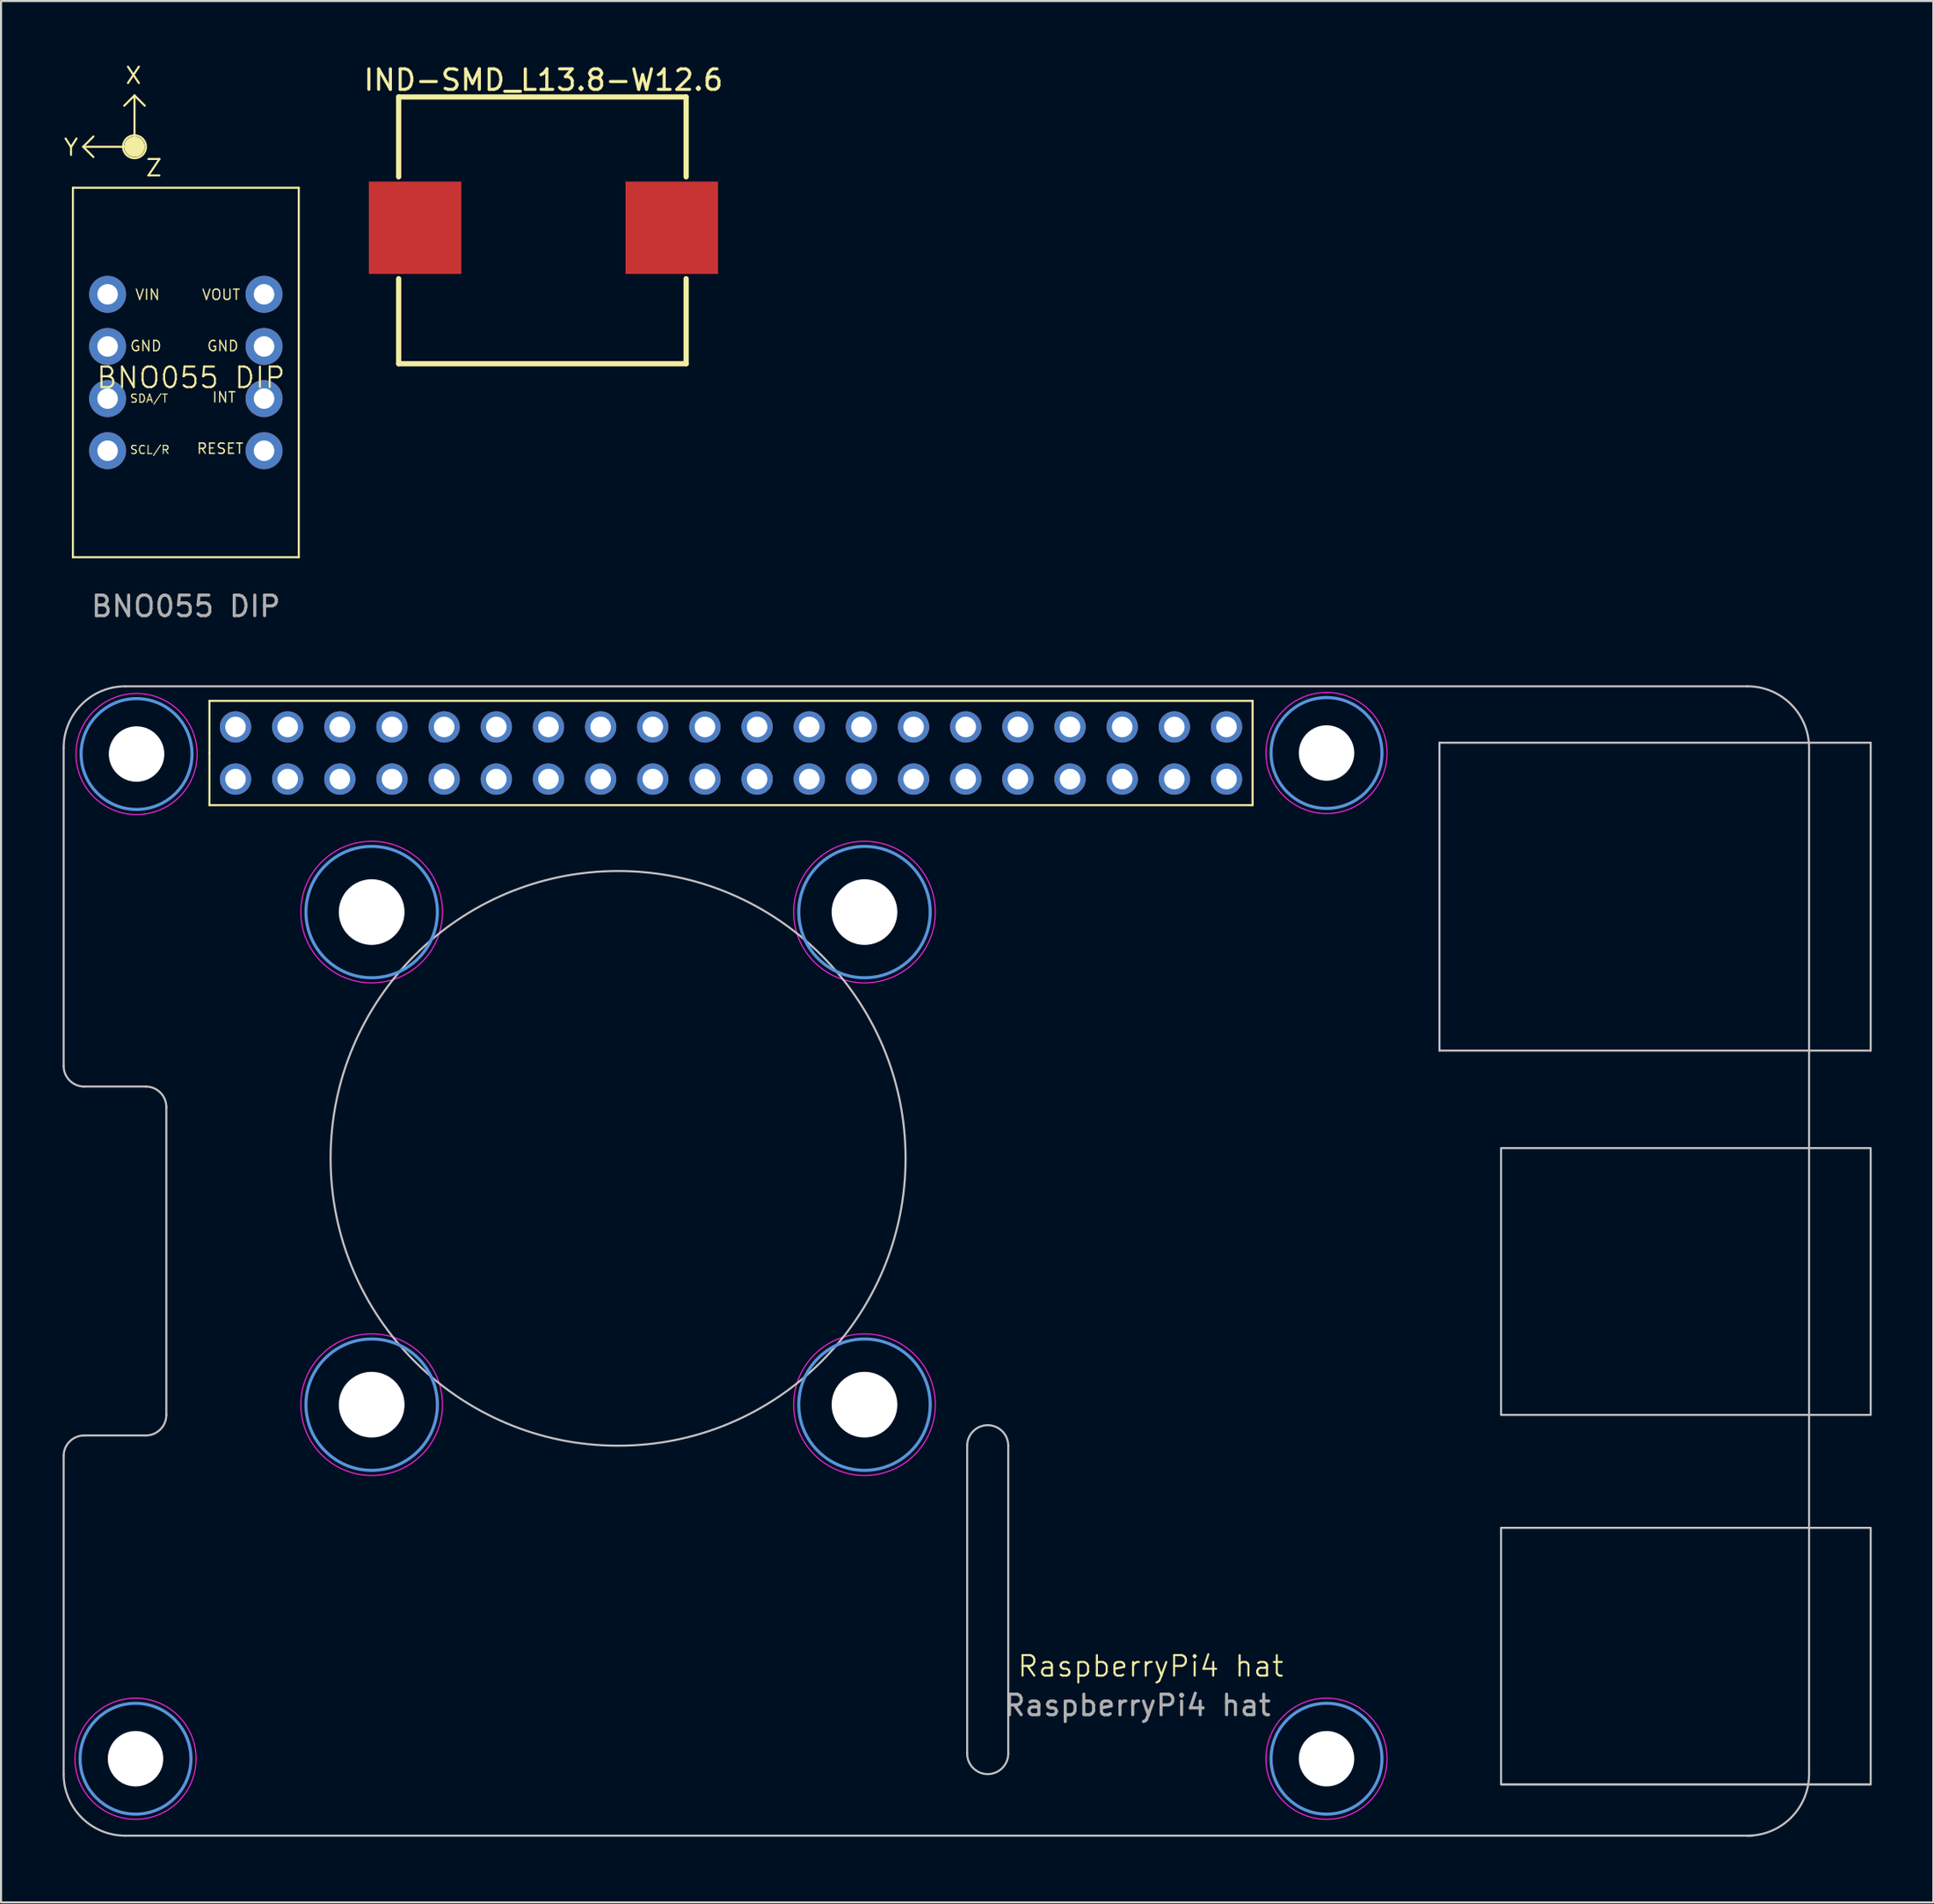
<source format=kicad_pcb>
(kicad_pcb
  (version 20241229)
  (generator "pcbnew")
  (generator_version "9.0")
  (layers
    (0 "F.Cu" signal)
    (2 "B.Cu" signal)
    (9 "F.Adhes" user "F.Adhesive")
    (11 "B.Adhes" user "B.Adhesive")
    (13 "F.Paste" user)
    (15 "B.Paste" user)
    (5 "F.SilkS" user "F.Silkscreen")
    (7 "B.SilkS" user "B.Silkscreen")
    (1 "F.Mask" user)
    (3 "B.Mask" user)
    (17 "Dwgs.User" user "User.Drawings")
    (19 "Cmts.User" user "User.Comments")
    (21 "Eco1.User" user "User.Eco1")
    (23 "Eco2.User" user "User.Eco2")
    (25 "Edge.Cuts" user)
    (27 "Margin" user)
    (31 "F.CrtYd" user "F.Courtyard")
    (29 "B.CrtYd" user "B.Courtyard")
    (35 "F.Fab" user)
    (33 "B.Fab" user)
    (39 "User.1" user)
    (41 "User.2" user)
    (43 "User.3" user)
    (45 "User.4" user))
  (footprint "RaspberryPi4 hat"
    (layer "F.Cu")
    (at 65.05 86.388)
    (property "Reference" "RaspberryPi4 hat" (at -12.065 -8.255 0) (unlocked yes) (layer "F.SilkS") (effects (font (size 1 1) (thickness 0.1))))
    (attr through_hole)
    (fp_line (start -57.9 -55.29) (end -7.1 -55.29) (stroke (width 0.1) (type default)) (layer "F.SilkS"))
    (fp_line (start -57.9 -52.75) (end -57.9 -55.29) (stroke (width 0.1) (type default)) (layer "F.SilkS"))
    (fp_line (start -57.9 -50.21) (end -57.9 -52.75) (stroke (width 0.1) (type default)) (layer "F.SilkS"))
    (fp_line (start -7.1 -55.29) (end -7.1 -50.21) (stroke (width 0.1) (type default)) (layer "F.SilkS"))
    (fp_line (start -7.1 -50.21) (end -57.9 -50.21) (stroke (width 0.1) (type default)) (layer "F.SilkS"))
    (fp_line (start -65 -37.5) (end -65 -53) (stroke (width 0.1) (type default)) (layer "Dwgs.User"))
    (fp_line (start -65 -3) (end -65 -18.5) (stroke (width 0.1) (type default)) (layer "Dwgs.User"))
    (fp_line (start -64 -36.5) (end -61 -36.5) (stroke (width 0.1) (type default)) (layer "Dwgs.User"))
    (fp_line (start -64 -19.5) (end -61 -19.5) (stroke (width 0.1) (type default)) (layer "Dwgs.User"))
    (fp_line (start -62 -56) (end 17 -56) (stroke (width 0.1) (type default)) (layer "Dwgs.User"))
    (fp_line (start -62 0) (end 17.25 0) (stroke (width 0.1) (type default)) (layer "Dwgs.User"))
    (fp_line (start -60 -20.5) (end -60 -35.5) (stroke (width 0.1) (type default)) (layer "Dwgs.User"))
    (fp_line (start -21 -19) (end -21 -4) (stroke (width 0.1) (type default)) (layer "Dwgs.User"))
    (fp_line (start -19 -4) (end -19 -19) (stroke (width 0.1) (type default)) (layer "Dwgs.User"))
    (fp_line (start 2 -53.25) (end 23 -53.25) (stroke (width 0.1) (type default)) (layer "Dwgs.User"))
    (fp_line (start 2 -38.25) (end 2 -53.25) (stroke (width 0.1) (type default)) (layer "Dwgs.User"))
    (fp_line (start 5 -2.5) (end 23 -2.5) (stroke (width 0.1) (type default)) (layer "Dwgs.User"))
    (fp_line (start 20 -53) (end 20 -3) (stroke (width 0.1) (type default)) (layer "Dwgs.User"))
    (fp_line (start 23 -53.25) (end 23 -38.25) (stroke (width 0.1) (type default)) (layer "Dwgs.User"))
    (fp_line (start 23 -38.25) (end 2 -38.25) (stroke (width 0.1) (type default)) (layer "Dwgs.User"))
    (fp_rect (start 5 -33.5) (end 23 -20.5) (stroke (width 0.1) (type default)) (fill no) (layer "Dwgs.User"))
    (fp_rect (start 5 -15) (end 23 -2.5) (stroke (width 0.1) (type default)) (fill no) (layer "Dwgs.User"))
    (fp_arc (start -65 -53) (mid -64.12132 -55.12132) (end -62 -56) (stroke (width 0.1) (type default)) (layer "Dwgs.User"))
    (fp_arc (start -65 -18.5) (mid -64.707107 -19.207107) (end -64 -19.5) (stroke (width 0.1) (type default)) (layer "Dwgs.User"))
    (fp_arc (start -64 -36.5) (mid -64.707107 -36.792893) (end -65 -37.5) (stroke (width 0.1) (type default)) (layer "Dwgs.User"))
    (fp_arc (start -62 0) (mid -64.12132 -0.87868) (end -65 -3) (stroke (width 0.1) (type default)) (layer "Dwgs.User"))
    (fp_arc (start -61 -36.5) (mid -60.292893 -36.207107) (end -60 -35.5) (stroke (width 0.1) (type default)) (layer "Dwgs.User"))
    (fp_arc (start -60 -20.5) (mid -60.292893 -19.792893) (end -61 -19.5) (stroke (width 0.1) (type default)) (layer "Dwgs.User"))
    (fp_arc (start -21 -19) (mid -20 -20) (end -19 -19) (stroke (width 0.1) (type default)) (layer "Dwgs.User"))
    (fp_arc (start -19 -4) (mid -20 -3) (end -21 -4) (stroke (width 0.1) (type default)) (layer "Dwgs.User"))
    (fp_arc (start 17 -56) (mid 19.12132 -55.12132) (end 20 -53) (stroke (width 0.1) (type default)) (layer "Dwgs.User"))
    (fp_arc (start 20 -3) (mid 19.12132 -0.87868) (end 17 0) (stroke (width 0.1) (type default)) (layer "Dwgs.User"))
    (fp_circle (center -38 -33) (end -38 -19) (stroke (width 0.1) (type default)) (fill no) (layer "Dwgs.User"))
    (fp_circle (center -61.5 -3.75) (end -58.8 -3.75) (stroke (width 0.15) (type solid)) (fill no) (layer "Cmts.User"))
    (fp_circle (center -61.45 -52.7) (end -58.75 -52.7) (stroke (width 0.15) (type solid)) (fill no) (layer "Cmts.User"))
    (fp_circle (center -50 -45) (end -46.8 -45) (stroke (width 0.15) (type solid)) (fill no) (layer "Cmts.User"))
    (fp_circle (center -50 -21) (end -46.8 -21) (stroke (width 0.15) (type solid)) (fill no) (layer "Cmts.User"))
    (fp_circle (center -26 -45) (end -22.8 -45) (stroke (width 0.15) (type solid)) (fill no) (layer "Cmts.User"))
    (fp_circle (center -26 -21) (end -22.8 -21) (stroke (width 0.15) (type solid)) (fill no) (layer "Cmts.User"))
    (fp_circle (center -3.5 -52.75) (end -0.8 -52.75) (stroke (width 0.15) (type solid)) (fill no) (layer "Cmts.User"))
    (fp_circle (center -3.5 -3.75) (end -0.8 -3.75) (stroke (width 0.15) (type solid)) (fill no) (layer "Cmts.User"))
    (fp_circle (center -61.5 -3.75) (end -58.55 -3.75) (stroke (width 0.05) (type solid)) (fill no) (layer "F.CrtYd"))
    (fp_circle (center -61.45 -52.7) (end -58.5 -52.7) (stroke (width 0.05) (type solid)) (fill no) (layer "F.CrtYd"))
    (fp_circle (center -50 -45) (end -46.55 -45) (stroke (width 0.05) (type solid)) (fill no) (layer "F.CrtYd"))
    (fp_circle (center -50 -21) (end -46.55 -21) (stroke (width 0.05) (type solid)) (fill no) (layer "F.CrtYd"))
    (fp_circle (center -26 -45) (end -22.55 -45) (stroke (width 0.05) (type solid)) (fill no) (layer "F.CrtYd"))
    (fp_circle (center -26 -21) (end -22.55 -21) (stroke (width 0.05) (type solid)) (fill no) (layer "F.CrtYd"))
    (fp_circle (center -3.5 -52.75) (end -0.55 -52.75) (stroke (width 0.05) (type solid)) (fill no) (layer "F.CrtYd"))
    (fp_circle (center -3.5 -3.75) (end -0.55 -3.75) (stroke (width 0.05) (type solid)) (fill no) (layer "F.CrtYd"))
    (fp_line (start -61.5 -52.75) (end -61.5 -3.75) (stroke (width 0.1) (type default)) (layer "User.1"))
    (fp_line (start -38 -21) (end -38 -33) (stroke (width 0.1) (type default)) (layer "User.1"))
    (fp_line (start -26 -21) (end -38 -21) (stroke (width 0.1) (type default)) (layer "User.1"))
    (fp_line (start -20 0) (end -20 -11.5) (stroke (width 0.1) (type default)) (layer "User.1"))
    (fp_line (start -3.5 -52.75) (end -61.5 -52.75) (stroke (width 0.1) (type default)) (layer "User.1"))
    (fp_line (start -3.5 -3.75) (end -3.5 -52.75) (stroke (width 0.1) (type default)) (layer "User.1"))
    (fp_text user "${REFERENCE}" (at -12.7 -6.35 0) (unlocked yes) (layer "F.Fab") (effects (font (size 1 1) (thickness 0.15))))
    (pad "" np_thru_hole circle (at -61.5 -3.75) (size 2.7 2.7) (drill 2.7) (layers "*.Cu" "*.Mask"))
    (pad "" np_thru_hole circle (at -61.45 -52.7) (size 2.7 2.7) (drill 2.7) (layers "*.Cu" "*.Mask"))
    (pad "" np_thru_hole circle (at -50 -45) (size 3.2 3.2) (drill 3.2) (layers "*.Cu" "*.Mask"))
    (pad "" np_thru_hole circle (at -50 -21) (size 3.2 3.2) (drill 3.2) (layers "*.Cu" "*.Mask"))
    (pad "" np_thru_hole circle (at -26 -45) (size 3.2 3.2) (drill 3.2) (layers "*.Cu" "*.Mask"))
    (pad "" np_thru_hole circle (at -26 -21) (size 3.2 3.2) (drill 3.2) (layers "*.Cu" "*.Mask"))
    (pad "" np_thru_hole circle (at -3.5 -52.75) (size 2.7 2.7) (drill 2.7) (layers "*.Cu" "*.Mask"))
    (pad "" np_thru_hole circle (at -3.5 -3.75) (size 2.7 2.7) (drill 2.7) (layers "*.Cu" "*.Mask"))
    (pad "1" thru_hole circle (at -56.63 -51.48) (size 1.524 1.524) (drill 1) (layers "*.Cu" "*.Mask"))
    (pad "2" thru_hole circle (at -56.63 -54.02) (size 1.524 1.524) (drill 1) (layers "*.Cu" "*.Mask"))
    (pad "3" thru_hole circle (at -54.09 -51.48) (size 1.524 1.524) (drill 1) (layers "*.Cu" "*.Mask"))
    (pad "4" thru_hole circle (at -54.09 -54.02) (size 1.524 1.524) (drill 1) (layers "*.Cu" "*.Mask"))
    (pad "5" thru_hole circle (at -51.55 -51.48) (size 1.524 1.524) (drill 1) (layers "*.Cu" "*.Mask"))
    (pad "6" thru_hole circle (at -51.55 -54.02) (size 1.524 1.524) (drill 1) (layers "*.Cu" "*.Mask"))
    (pad "7" thru_hole circle (at -49.01 -51.48) (size 1.524 1.524) (drill 1) (layers "*.Cu" "*.Mask"))
    (pad "8" thru_hole circle (at -49.01 -54.02) (size 1.524 1.524) (drill 1) (layers "*.Cu" "*.Mask"))
    (pad "9" thru_hole circle (at -46.47 -51.48) (size 1.524 1.524) (drill 1) (layers "*.Cu" "*.Mask"))
    (pad "10" thru_hole circle (at -46.47 -54.02) (size 1.524 1.524) (drill 1) (layers "*.Cu" "*.Mask"))
    (pad "11" thru_hole circle (at -43.93 -51.48) (size 1.524 1.524) (drill 1) (layers "*.Cu" "*.Mask"))
    (pad "12" thru_hole circle (at -43.93 -54.02) (size 1.524 1.524) (drill 1) (layers "*.Cu" "*.Mask"))
    (pad "13" thru_hole circle (at -41.39 -51.48) (size 1.524 1.524) (drill 1) (layers "*.Cu" "*.Mask"))
    (pad "14" thru_hole circle (at -41.39 -54.02) (size 1.524 1.524) (drill 1) (layers "*.Cu" "*.Mask"))
    (pad "15" thru_hole circle (at -38.85 -51.48) (size 1.524 1.524) (drill 1) (layers "*.Cu" "*.Mask"))
    (pad "16" thru_hole circle (at -38.85 -54.02) (size 1.524 1.524) (drill 1) (layers "*.Cu" "*.Mask"))
    (pad "17" thru_hole circle (at -36.31 -51.48) (size 1.524 1.524) (drill 1) (layers "*.Cu" "*.Mask"))
    (pad "18" thru_hole circle (at -36.31 -54.02) (size 1.524 1.524) (drill 1) (layers "*.Cu" "*.Mask"))
    (pad "19" thru_hole circle (at -33.77 -51.48) (size 1.524 1.524) (drill 1) (layers "*.Cu" "*.Mask"))
    (pad "20" thru_hole circle (at -33.77 -54.02) (size 1.524 1.524) (drill 1) (layers "*.Cu" "*.Mask"))
    (pad "21" thru_hole circle (at -31.23 -51.48) (size 1.524 1.524) (drill 1) (layers "*.Cu" "*.Mask"))
    (pad "22" thru_hole circle (at -31.23 -54.02) (size 1.524 1.524) (drill 1) (layers "*.Cu" "*.Mask"))
    (pad "23" thru_hole circle (at -28.69 -51.48) (size 1.524 1.524) (drill 1) (layers "*.Cu" "*.Mask"))
    (pad "24" thru_hole circle (at -28.69 -54.02) (size 1.524 1.524) (drill 1) (layers "*.Cu" "*.Mask"))
    (pad "25" thru_hole circle (at -26.15 -51.48) (size 1.524 1.524) (drill 1) (layers "*.Cu" "*.Mask"))
    (pad "26" thru_hole circle (at -26.15 -54.02) (size 1.524 1.524) (drill 1) (layers "*.Cu" "*.Mask"))
    (pad "27" thru_hole circle (at -23.61 -51.48) (size 1.524 1.524) (drill 1) (layers "*.Cu" "*.Mask"))
    (pad "28" thru_hole circle (at -23.61 -54.02) (size 1.524 1.524) (drill 1) (layers "*.Cu" "*.Mask"))
    (pad "29" thru_hole circle (at -21.07 -51.48) (size 1.524 1.524) (drill 1) (layers "*.Cu" "*.Mask"))
    (pad "30" thru_hole circle (at -21.07 -54.02) (size 1.524 1.524) (drill 1) (layers "*.Cu" "*.Mask"))
    (pad "31" thru_hole circle (at -18.53 -51.48) (size 1.524 1.524) (drill 1) (layers "*.Cu" "*.Mask"))
    (pad "32" thru_hole circle (at -18.53 -54.02) (size 1.524 1.524) (drill 1) (layers "*.Cu" "*.Mask"))
    (pad "33" thru_hole circle (at -15.99 -51.48) (size 1.524 1.524) (drill 1) (layers "*.Cu" "*.Mask"))
    (pad "34" thru_hole circle (at -15.99 -54.02) (size 1.524 1.524) (drill 1) (layers "*.Cu" "*.Mask"))
    (pad "35" thru_hole circle (at -13.45 -51.48) (size 1.524 1.524) (drill 1) (layers "*.Cu" "*.Mask"))
    (pad "36" thru_hole circle (at -13.45 -54.02) (size 1.524 1.524) (drill 1) (layers "*.Cu" "*.Mask"))
    (pad "37" thru_hole circle (at -10.91 -51.48) (size 1.524 1.524) (drill 1) (layers "*.Cu" "*.Mask"))
    (pad "38" thru_hole circle (at -10.91 -54.02) (size 1.524 1.524) (drill 1) (layers "*.Cu" "*.Mask"))
    (pad "39" thru_hole circle (at -8.37 -51.48) (size 1.524 1.524) (drill 1) (layers "*.Cu" "*.Mask"))
    (pad "40" thru_hole circle (at -8.37 -54.02) (size 1.524 1.524) (drill 1) (layers "*.Cu" "*.Mask")))
  (footprint "BNO055 DIP"
    (layer "F.Cu")
    (at 6 15.1)
    (property "Reference" "BNO055 DIP" (at 0.25 0.25 0) (unlocked yes) (layer "F.SilkS") (effects (font (size 1 1) (thickness 0.1))))
    (attr through_hole)
    (fp_line (start -5.5 -9) (end -5.5 9) (stroke (width 0.1) (type default)) (layer "F.SilkS"))
    (fp_line (start -5.5 9) (end 5.5 9) (stroke (width 0.1) (type default)) (layer "F.SilkS"))
    (fp_line (start -5 -11) (end -4.5 -10.5) (stroke (width 0.1) (type default)) (layer "F.SilkS"))
    (fp_line (start -4.5 -11.5) (end -5 -11) (stroke (width 0.1) (type default)) (layer "F.SilkS"))
    (fp_line (start -2.5 -13.5) (end -3 -13) (stroke (width 0.1) (type default)) (layer "F.SilkS"))
    (fp_line (start -2.5 -13.5) (end -2 -13) (stroke (width 0.1) (type default)) (layer "F.SilkS"))
    (fp_line (start -2.5 -11) (end -5 -11) (stroke (width 0.1) (type default)) (layer "F.SilkS"))
    (fp_line (start -2.5 -11) (end -2.5 -13.5) (stroke (width 0.1) (type default)) (layer "F.SilkS"))
    (fp_line (start 5.5 -9) (end -5.5 -9) (stroke (width 0.1) (type default)) (layer "F.SilkS"))
    (fp_line (start 5.5 9) (end 5.5 -9) (stroke (width 0.1) (type default)) (layer "F.SilkS"))
    (fp_circle (center -2.5 -11) (end -2.5 -11) (stroke (width 0.5) (type solid)) (fill no) (layer "F.SilkS"))
    (fp_circle (center -2.5 -11) (end -2 -10.75) (stroke (width 0.1) (type default)) (fill no) (layer "F.SilkS"))
    (fp_text user "SCL/R" (at -2.75 4 0) (unlocked yes) (layer "F.SilkS") (effects (font (size 0.4 0.4) (thickness 0.05)) (justify left bottom)))
    (fp_text user "VIN" (at -2.5 -3.5 0) (unlocked yes) (layer "F.SilkS") (effects (font (size 0.5 0.5) (thickness 0.062)) (justify left bottom)))
    (fp_text user "Z" (at -2 -9.5 0) (unlocked yes) (layer "F.SilkS") (effects (font (size 0.8 0.8) (thickness 0.1)) (justify left bottom)))
    (fp_text user "SDA/T" (at -2.75 1.5 0) (unlocked yes) (layer "F.SilkS") (effects (font (size 0.4 0.4) (thickness 0.05)) (justify left bottom)))
    (fp_text user "INT" (at 1.25 1.5 0) (unlocked yes) (layer "F.SilkS") (effects (font (size 0.5 0.5) (thickness 0.062)) (justify left bottom)))
    (fp_text user "VOUT" (at 0.75 -3.5 0) (unlocked yes) (layer "F.SilkS") (effects (font (size 0.5 0.5) (thickness 0.062)) (justify left bottom)))
    (fp_text user "GND" (at 1 -1 0) (unlocked yes) (layer "F.SilkS") (effects (font (size 0.5 0.5) (thickness 0.062)) (justify left bottom)))
    (fp_text user "Y" (at -6 -10.5 0) (unlocked yes) (layer "F.SilkS") (effects (font (size 0.8 0.8) (thickness 0.1)) (justify left bottom)))
    (fp_text user "X" (at -3 -14 0) (unlocked yes) (layer "F.SilkS") (effects (font (size 0.8 0.8) (thickness 0.1)) (justify left bottom)))
    (fp_text user "GND" (at -2.75 -1 0) (unlocked yes) (layer "F.SilkS") (effects (font (size 0.5 0.5) (thickness 0.062)) (justify left bottom)))
    (fp_text user "RESET" (at 0.5 4 0) (unlocked yes) (layer "F.SilkS") (effects (font (size 0.5 0.5) (thickness 0.062)) (justify left bottom)))
    (fp_text user "${REFERENCE}" (at 0 11.39 0) (unlocked yes) (layer "F.Fab") (effects (font (size 1 1) (thickness 0.15))))
    (pad "1" thru_hole circle (at -3.81 -3.81) (size 1.8 1.8) (drill 1) (layers "*.Cu" "*.Mask"))
    (pad "2" thru_hole circle (at -3.81 -1.27) (size 1.8 1.8) (drill 1) (layers "*.Cu" "*.Mask"))
    (pad "3" thru_hole circle (at -3.81 1.27) (size 1.8 1.8) (drill 1) (layers "*.Cu" "*.Mask"))
    (pad "4" thru_hole circle (at -3.81 3.81) (size 1.8 1.8) (drill 1) (layers "*.Cu" "*.Mask"))
    (pad "5" thru_hole circle (at 3.81 3.81) (size 1.8 1.8) (drill 1) (layers "*.Cu" "*.Mask"))
    (pad "6" thru_hole circle (at 3.81 1.27) (size 1.8 1.8) (drill 1) (layers "*.Cu" "*.Mask"))
    (pad "7" thru_hole circle (at 3.81 -1.27) (size 1.8 1.8) (drill 1) (layers "*.Cu" "*.Mask"))
    (pad "8" thru_hole circle (at 3.81 -3.81) (size 1.8 1.8) (drill 1) (layers "*.Cu" "*.Mask")))
  (footprint "IND-SMD_L13.8-W12.6"
    (layer "F.Cu")
    (at 23.413 8.048)
    (property "Reference" "IND-SMD_L13.8-W12.6" (at 0 -7.2 0) (layer "F.SilkS") (effects (font (size 1 1) (thickness 0.15))))
    (fp_line (start -7.05 -6.373) (end -7.05 -2.481) (stroke (width 0.254) (type default)) (layer "F.SilkS"))
    (fp_line (start -7.05 -6.373) (end 6.95 -6.373) (stroke (width 0.254) (type default)) (layer "F.SilkS"))
    (fp_line (start -7.05 2.481) (end -7.05 6.625) (stroke (width 0.254) (type default)) (layer "F.SilkS"))
    (fp_line (start 6.949 6.625) (end -7.051 6.625) (stroke (width 0.254) (type default)) (layer "F.SilkS"))
    (fp_line (start 6.95 -6.373) (end 6.95 -2.481) (stroke (width 0.254) (type default)) (layer "F.SilkS"))
    (fp_line (start 6.95 2.481) (end 6.95 6.625) (stroke (width 0.254) (type default)) (layer "F.SilkS"))
    (fp_poly (pts (xy -4.45 -1.85) (xy -4.45 1.85) (xy -6.95 1.85) (xy -6.95 -1.85)) (stroke (width 0.1) (type default)) (fill no) (layer "User.1"))
    (fp_poly (pts (xy 6.85 -1.85) (xy 6.85 1.85) (xy 4.35 1.85) (xy 4.35 -1.85)) (stroke (width 0.1) (type default)) (fill no) (layer "User.1"))
    (fp_line (start -6.95 -6.3) (end 6.85 -6.3) (stroke (width 0.051) (type default)) (layer "User.2"))
    (fp_line (start -6.95 6.3) (end -6.95 -6.3) (stroke (width 0.051) (type default)) (layer "User.2"))
    (fp_line (start 6.85 -6.3) (end 6.85 6.3) (stroke (width 0.051) (type default)) (layer "User.2"))
    (fp_line (start 6.85 6.3) (end -6.95 6.3) (stroke (width 0.051) (type default)) (layer "User.2"))
    (fp_poly (pts (xy -6.895 6.277) (xy -6.927 6.245) (xy -6.973 6.245) (xy -7.005 6.277) (xy -7.005 6.323) (xy -6.973 6.355) (xy -6.927 6.355) (xy -6.895 6.323)) (stroke (width 0.1) (type default)) (fill no) (layer "User.3"))
    (pad "1" smd rect (at -6.25 0) (size 4.5 4.5) (layers "F.Cu" "F.Mask" "F.Paste"))
    (pad "2" smd rect (at 6.25 0) (size 4.5 4.5) (layers "F.Cu" "F.Mask" "F.Paste")))
  (gr_rect
    (start -3 -3)
    (end 91.1 89.638)
    (stroke (width 0.1) (type default))
    (fill no)
    (layer "Edge.Cuts")))
</source>
